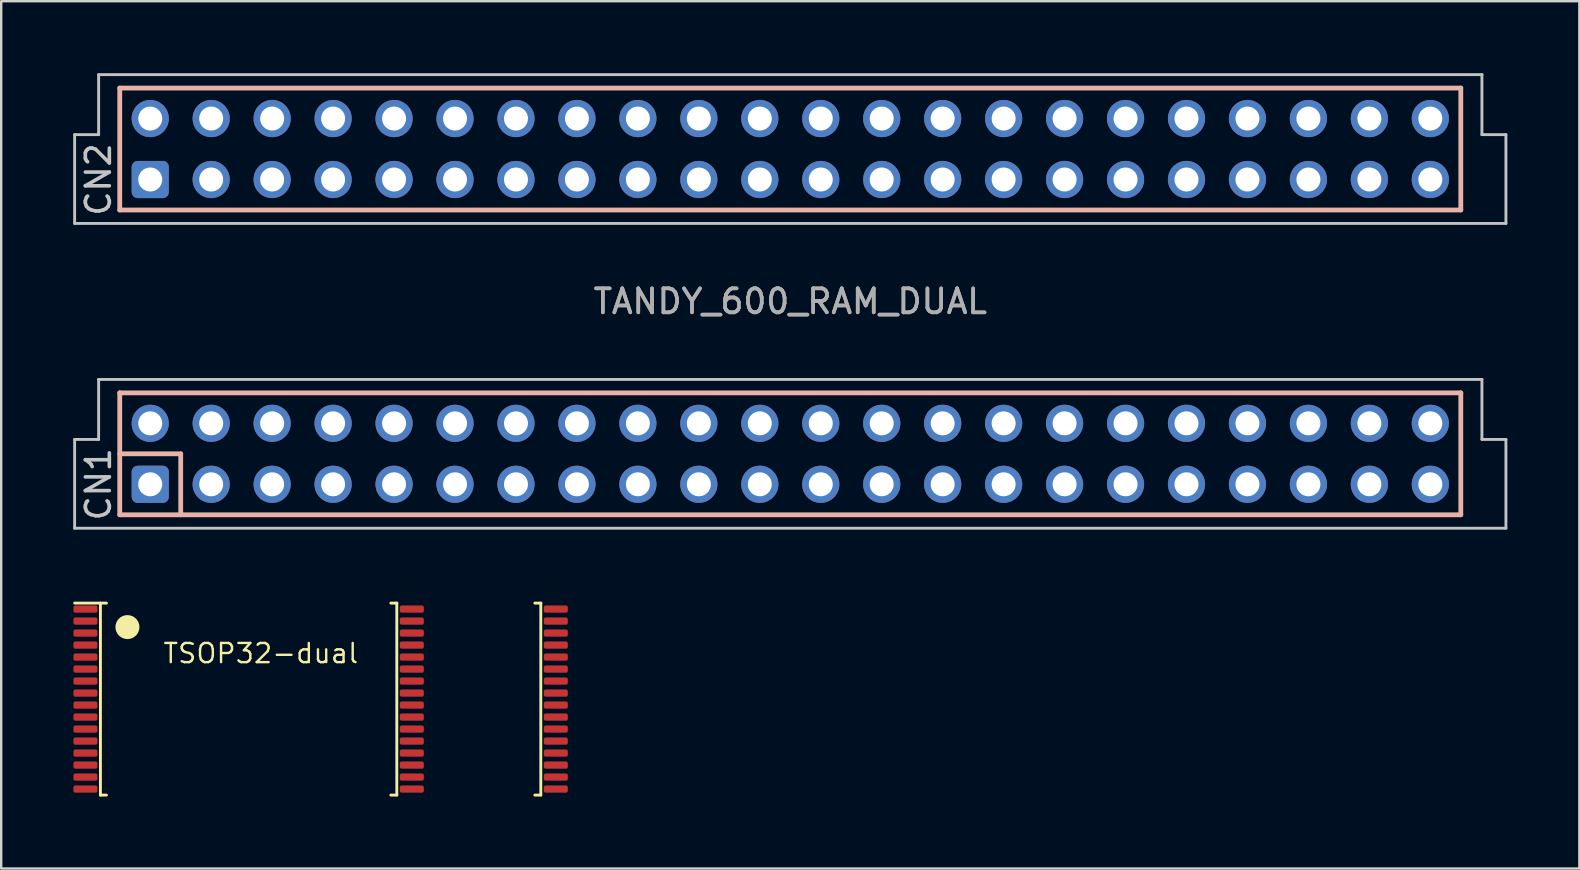
<source format=kicad_pcb>
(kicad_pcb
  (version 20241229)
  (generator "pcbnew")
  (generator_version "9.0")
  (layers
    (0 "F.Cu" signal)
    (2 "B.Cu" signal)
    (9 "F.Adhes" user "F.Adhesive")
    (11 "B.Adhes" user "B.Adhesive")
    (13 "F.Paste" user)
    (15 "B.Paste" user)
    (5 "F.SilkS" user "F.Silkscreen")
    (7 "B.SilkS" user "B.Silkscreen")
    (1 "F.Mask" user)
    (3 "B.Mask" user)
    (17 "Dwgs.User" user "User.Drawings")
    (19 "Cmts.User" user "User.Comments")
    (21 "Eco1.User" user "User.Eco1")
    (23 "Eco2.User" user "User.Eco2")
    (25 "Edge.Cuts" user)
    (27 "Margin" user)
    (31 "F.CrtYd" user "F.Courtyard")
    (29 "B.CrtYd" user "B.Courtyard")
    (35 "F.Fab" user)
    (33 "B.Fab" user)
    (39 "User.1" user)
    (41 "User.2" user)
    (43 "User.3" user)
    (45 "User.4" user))
  (footprint "TANDY_600_RAM_DUAL"
    (layer "F.Cu")
    (at 29.88 9.51)
    (property "Reference" "TANDY_600_RAM_DUAL" (at 0 0 0) (unlocked yes) (layer "F.Fab") (effects (font (size 1 1) (thickness 0.15))))
    (attr through_hole)
    (fp_line (start -27.94 -8.89) (end -27.94 -3.81) (stroke (width 0.2) (type solid)) (layer "B.SilkS"))
    (fp_line (start -27.94 -3.81) (end 27.94 -3.81) (stroke (width 0.2) (type solid)) (layer "B.SilkS"))
    (fp_line (start -27.94 3.81) (end -27.94 8.89) (stroke (width 0.2) (type solid)) (layer "B.SilkS"))
    (fp_line (start -27.94 6.35) (end -25.4 6.35) (stroke (width 0.2) (type solid)) (layer "B.SilkS"))
    (fp_line (start -27.94 8.89) (end 27.94 8.89) (stroke (width 0.2) (type solid)) (layer "B.SilkS"))
    (fp_line (start -25.4 6.35) (end -25.4 8.89) (stroke (width 0.2) (type solid)) (layer "B.SilkS"))
    (fp_line (start 27.94 -8.89) (end -27.94 -8.89) (stroke (width 0.2) (type solid)) (layer "B.SilkS"))
    (fp_line (start 27.94 -3.81) (end 27.94 -8.89) (stroke (width 0.2) (type solid)) (layer "B.SilkS"))
    (fp_line (start 27.94 3.81) (end -27.94 3.81) (stroke (width 0.2) (type solid)) (layer "B.SilkS"))
    (fp_line (start 27.94 8.89) (end 27.94 3.81) (stroke (width 0.2) (type solid)) (layer "B.SilkS"))
    (fp_line (start -29.82 -6.95) (end -28.82 -6.95) (stroke (width 0.12) (type solid)) (layer "Dwgs.User"))
    (fp_line (start -29.82 -3.25) (end -29.82 -6.95) (stroke (width 0.12) (type solid)) (layer "Dwgs.User"))
    (fp_line (start -29.82 5.75) (end -28.82 5.75) (stroke (width 0.12) (type solid)) (layer "Dwgs.User"))
    (fp_line (start -29.82 9.45) (end -29.82 5.75) (stroke (width 0.12) (type solid)) (layer "Dwgs.User"))
    (fp_line (start -28.82 -9.45) (end 28.82 -9.45) (stroke (width 0.12) (type solid)) (layer "Dwgs.User"))
    (fp_line (start -28.82 -6.95) (end -28.82 -9.45) (stroke (width 0.12) (type solid)) (layer "Dwgs.User"))
    (fp_line (start -28.82 3.25) (end 28.82 3.25) (stroke (width 0.12) (type solid)) (layer "Dwgs.User"))
    (fp_line (start -28.82 5.75) (end -28.82 3.25) (stroke (width 0.12) (type solid)) (layer "Dwgs.User"))
    (fp_line (start 28.82 -9.45) (end 28.82 -6.95) (stroke (width 0.12) (type solid)) (layer "Dwgs.User"))
    (fp_line (start 28.82 -6.95) (end 29.82 -6.95) (stroke (width 0.12) (type solid)) (layer "Dwgs.User"))
    (fp_line (start 28.82 3.25) (end 28.82 5.75) (stroke (width 0.12) (type solid)) (layer "Dwgs.User"))
    (fp_line (start 28.82 5.75) (end 29.82 5.75) (stroke (width 0.12) (type solid)) (layer "Dwgs.User"))
    (fp_line (start 29.82 -6.95) (end 29.82 -3.25) (stroke (width 0.12) (type solid)) (layer "Dwgs.User"))
    (fp_line (start 29.82 -3.25) (end -29.82 -3.25) (stroke (width 0.12) (type solid)) (layer "Dwgs.User"))
    (fp_line (start 29.82 5.75) (end 29.82 9.45) (stroke (width 0.12) (type solid)) (layer "Dwgs.User"))
    (fp_line (start 29.82 9.45) (end -29.82 9.45) (stroke (width 0.12) (type solid)) (layer "Dwgs.User"))
    (fp_text user "CN1" (at -28.829 7.62 90) (unlocked yes) (layer "Dwgs.User") (effects (font (size 1 1) (thickness 0.15))))
    (fp_text user "CN2" (at -28.829 -5.08 90) (unlocked yes) (layer "Dwgs.User") (effects (font (size 1 1) (thickness 0.15))))
    (fp_text user "${REFERENCE}" (at 0 0 0) (unlocked yes) (layer "F.Fab") (effects (font (size 1 1) (thickness 0.15))))
    (pad "CN1A1" thru_hole roundrect (at -26.67 7.62 90) (size 1.55 1.55) (drill 1) (layers "*.Cu" "*.Mask") (roundrect_rratio 0.161))
    (pad "CN1A2" thru_hole circle (at -24.13 7.62 90) (size 1.55 1.55) (drill 1) (layers "*.Cu" "*.Mask"))
    (pad "CN1A3" thru_hole circle (at -21.59 7.62 90) (size 1.55 1.55) (drill 1) (layers "*.Cu" "*.Mask"))
    (pad "CN1A4" thru_hole circle (at -19.05 7.62 90) (size 1.55 1.55) (drill 1) (layers "*.Cu" "*.Mask"))
    (pad "CN1A5" thru_hole circle (at -16.51 7.62 90) (size 1.55 1.55) (drill 1) (layers "*.Cu" "*.Mask"))
    (pad "CN1A6" thru_hole circle (at -13.97 7.62 90) (size 1.55 1.55) (drill 1) (layers "*.Cu" "*.Mask"))
    (pad "CN1A7" thru_hole circle (at -11.43 7.62 90) (size 1.55 1.55) (drill 1) (layers "*.Cu" "*.Mask"))
    (pad "CN1A8" thru_hole circle (at -8.89 7.62 90) (size 1.55 1.55) (drill 1) (layers "*.Cu" "*.Mask"))
    (pad "CN1A9" thru_hole circle (at -6.35 7.62 90) (size 1.55 1.55) (drill 1) (layers "*.Cu" "*.Mask"))
    (pad "CN1A10" thru_hole circle (at -3.81 7.62 90) (size 1.55 1.55) (drill 1) (layers "*.Cu" "*.Mask"))
    (pad "CN1A11" thru_hole circle (at -1.27 7.62 90) (size 1.55 1.55) (drill 1) (layers "*.Cu" "*.Mask"))
    (pad "CN1A12" thru_hole circle (at 1.27 7.62 90) (size 1.55 1.55) (drill 1) (layers "*.Cu" "*.Mask"))
    (pad "CN1A13" thru_hole circle (at 3.81 7.62 90) (size 1.55 1.55) (drill 1) (layers "*.Cu" "*.Mask"))
    (pad "CN1A14" thru_hole circle (at 6.35 7.62 90) (size 1.55 1.55) (drill 1) (layers "*.Cu" "*.Mask"))
    (pad "CN1A15" thru_hole circle (at 8.89 7.62 90) (size 1.55 1.55) (drill 1) (layers "*.Cu" "*.Mask"))
    (pad "CN1A16" thru_hole circle (at 11.43 7.62 90) (size 1.55 1.55) (drill 1) (layers "*.Cu" "*.Mask"))
    (pad "CN1A17" thru_hole circle (at 13.97 7.62 90) (size 1.55 1.55) (drill 1) (layers "*.Cu" "*.Mask"))
    (pad "CN1A18" thru_hole circle (at 16.51 7.62 90) (size 1.55 1.55) (drill 1) (layers "*.Cu" "*.Mask"))
    (pad "CN1A19" thru_hole circle (at 19.05 7.62 90) (size 1.55 1.55) (drill 1) (layers "*.Cu" "*.Mask"))
    (pad "CN1A20" thru_hole circle (at 21.59 7.62 90) (size 1.55 1.55) (drill 1) (layers "*.Cu" "*.Mask"))
    (pad "CN1A21" thru_hole circle (at 24.13 7.62 90) (size 1.55 1.55) (drill 1) (layers "*.Cu" "*.Mask"))
    (pad "CN1A22" thru_hole circle (at 26.67 7.62 90) (size 1.55 1.55) (drill 1) (layers "*.Cu" "*.Mask"))
    (pad "CN1B1" thru_hole circle (at -26.67 5.08 90) (size 1.55 1.55) (drill 1) (layers "*.Cu" "*.Mask"))
    (pad "CN1B2" thru_hole circle (at -24.13 5.08 90) (size 1.55 1.55) (drill 1) (layers "*.Cu" "*.Mask"))
    (pad "CN1B3" thru_hole circle (at -21.59 5.08 90) (size 1.55 1.55) (drill 1) (layers "*.Cu" "*.Mask"))
    (pad "CN1B4" thru_hole circle (at -19.05 5.08 90) (size 1.55 1.55) (drill 1) (layers "*.Cu" "*.Mask"))
    (pad "CN1B5" thru_hole circle (at -16.51 5.08 90) (size 1.55 1.55) (drill 1) (layers "*.Cu" "*.Mask"))
    (pad "CN1B6" thru_hole circle (at -13.97 5.08 90) (size 1.55 1.55) (drill 1) (layers "*.Cu" "*.Mask"))
    (pad "CN1B7" thru_hole circle (at -11.43 5.08 90) (size 1.55 1.55) (drill 1) (layers "*.Cu" "*.Mask"))
    (pad "CN1B8" thru_hole circle (at -8.89 5.08 90) (size 1.55 1.55) (drill 1) (layers "*.Cu" "*.Mask"))
    (pad "CN1B9" thru_hole circle (at -6.35 5.08 90) (size 1.55 1.55) (drill 1) (layers "*.Cu" "*.Mask"))
    (pad "CN1B10" thru_hole circle (at -3.81 5.08 90) (size 1.55 1.55) (drill 1) (layers "*.Cu" "*.Mask"))
    (pad "CN1B11" thru_hole circle (at -1.27 5.08 90) (size 1.55 1.55) (drill 1) (layers "*.Cu" "*.Mask"))
    (pad "CN1B12" thru_hole circle (at 1.27 5.08 90) (size 1.55 1.55) (drill 1) (layers "*.Cu" "*.Mask"))
    (pad "CN1B13" thru_hole circle (at 3.81 5.08 90) (size 1.55 1.55) (drill 1) (layers "*.Cu" "*.Mask"))
    (pad "CN1B14" thru_hole circle (at 6.35 5.08 90) (size 1.55 1.55) (drill 1) (layers "*.Cu" "*.Mask"))
    (pad "CN1B15" thru_hole circle (at 8.89 5.08 90) (size 1.55 1.55) (drill 1) (layers "*.Cu" "*.Mask"))
    (pad "CN1B16" thru_hole circle (at 11.43 5.08 90) (size 1.55 1.55) (drill 1) (layers "*.Cu" "*.Mask"))
    (pad "CN1B17" thru_hole circle (at 13.97 5.08 90) (size 1.55 1.55) (drill 1) (layers "*.Cu" "*.Mask"))
    (pad "CN1B18" thru_hole circle (at 16.51 5.08 90) (size 1.55 1.55) (drill 1) (layers "*.Cu" "*.Mask"))
    (pad "CN1B19" thru_hole circle (at 19.05 5.08 90) (size 1.55 1.55) (drill 1) (layers "*.Cu" "*.Mask"))
    (pad "CN1B20" thru_hole circle (at 21.59 5.08 90) (size 1.55 1.55) (drill 1) (layers "*.Cu" "*.Mask"))
    (pad "CN1B21" thru_hole circle (at 24.13 5.08 90) (size 1.55 1.55) (drill 1) (layers "*.Cu" "*.Mask"))
    (pad "CN1B22" thru_hole circle (at 26.67 5.08 90) (size 1.55 1.55) (drill 1) (layers "*.Cu" "*.Mask"))
    (pad "CN2A1" thru_hole roundrect (at -26.67 -5.08 90) (size 1.55 1.55) (drill 1) (layers "*.Cu" "*.Mask") (roundrect_rratio 0.161))
    (pad "CN2A2" thru_hole circle (at -24.13 -5.08 90) (size 1.55 1.55) (drill 1) (layers "*.Cu" "*.Mask"))
    (pad "CN2A3" thru_hole circle (at -21.59 -5.08 90) (size 1.55 1.55) (drill 1) (layers "*.Cu" "*.Mask"))
    (pad "CN2A4" thru_hole circle (at -19.05 -5.08 90) (size 1.55 1.55) (drill 1) (layers "*.Cu" "*.Mask"))
    (pad "CN2A5" thru_hole circle (at -16.51 -5.08 90) (size 1.55 1.55) (drill 1) (layers "*.Cu" "*.Mask"))
    (pad "CN2A6" thru_hole circle (at -13.97 -5.08 90) (size 1.55 1.55) (drill 1) (layers "*.Cu" "*.Mask"))
    (pad "CN2A7" thru_hole circle (at -11.43 -5.08 90) (size 1.55 1.55) (drill 1) (layers "*.Cu" "*.Mask"))
    (pad "CN2A8" thru_hole circle (at -8.89 -5.08 90) (size 1.55 1.55) (drill 1) (layers "*.Cu" "*.Mask"))
    (pad "CN2A9" thru_hole circle (at -6.35 -5.08 90) (size 1.55 1.55) (drill 1) (layers "*.Cu" "*.Mask"))
    (pad "CN2A10" thru_hole circle (at -3.81 -5.08 90) (size 1.55 1.55) (drill 1) (layers "*.Cu" "*.Mask"))
    (pad "CN2A11" thru_hole circle (at -1.27 -5.08 90) (size 1.55 1.55) (drill 1) (layers "*.Cu" "*.Mask"))
    (pad "CN2A12" thru_hole circle (at 1.27 -5.08 90) (size 1.55 1.55) (drill 1) (layers "*.Cu" "*.Mask"))
    (pad "CN2A13" thru_hole circle (at 3.81 -5.08 90) (size 1.55 1.55) (drill 1) (layers "*.Cu" "*.Mask"))
    (pad "CN2A14" thru_hole circle (at 6.35 -5.08 90) (size 1.55 1.55) (drill 1) (layers "*.Cu" "*.Mask"))
    (pad "CN2A15" thru_hole circle (at 8.89 -5.08 90) (size 1.55 1.55) (drill 1) (layers "*.Cu" "*.Mask"))
    (pad "CN2A16" thru_hole circle (at 11.43 -5.08 90) (size 1.55 1.55) (drill 1) (layers "*.Cu" "*.Mask"))
    (pad "CN2A17" thru_hole circle (at 13.97 -5.08 90) (size 1.55 1.55) (drill 1) (layers "*.Cu" "*.Mask"))
    (pad "CN2A18" thru_hole circle (at 16.51 -5.08 90) (size 1.55 1.55) (drill 1) (layers "*.Cu" "*.Mask"))
    (pad "CN2A19" thru_hole circle (at 19.05 -5.08 90) (size 1.55 1.55) (drill 1) (layers "*.Cu" "*.Mask"))
    (pad "CN2A20" thru_hole circle (at 21.59 -5.08 90) (size 1.55 1.55) (drill 1) (layers "*.Cu" "*.Mask"))
    (pad "CN2A21" thru_hole circle (at 24.13 -5.08 90) (size 1.55 1.55) (drill 1) (layers "*.Cu" "*.Mask"))
    (pad "CN2A22" thru_hole circle (at 26.67 -5.08 90) (size 1.55 1.55) (drill 1) (layers "*.Cu" "*.Mask"))
    (pad "CN2B1" thru_hole circle (at -26.67 -7.62 90) (size 1.55 1.55) (drill 1) (layers "*.Cu" "*.Mask"))
    (pad "CN2B2" thru_hole circle (at -24.13 -7.62 90) (size 1.55 1.55) (drill 1) (layers "*.Cu" "*.Mask"))
    (pad "CN2B3" thru_hole circle (at -21.59 -7.62 90) (size 1.55 1.55) (drill 1) (layers "*.Cu" "*.Mask"))
    (pad "CN2B4" thru_hole circle (at -19.05 -7.62 90) (size 1.55 1.55) (drill 1) (layers "*.Cu" "*.Mask"))
    (pad "CN2B5" thru_hole circle (at -16.51 -7.62 90) (size 1.55 1.55) (drill 1) (layers "*.Cu" "*.Mask"))
    (pad "CN2B6" thru_hole circle (at -13.97 -7.62 90) (size 1.55 1.55) (drill 1) (layers "*.Cu" "*.Mask"))
    (pad "CN2B7" thru_hole circle (at -11.43 -7.62 90) (size 1.55 1.55) (drill 1) (layers "*.Cu" "*.Mask"))
    (pad "CN2B8" thru_hole circle (at -8.89 -7.62 90) (size 1.55 1.55) (drill 1) (layers "*.Cu" "*.Mask"))
    (pad "CN2B9" thru_hole circle (at -6.35 -7.62 90) (size 1.55 1.55) (drill 1) (layers "*.Cu" "*.Mask"))
    (pad "CN2B10" thru_hole circle (at -3.81 -7.62 90) (size 1.55 1.55) (drill 1) (layers "*.Cu" "*.Mask"))
    (pad "CN2B11" thru_hole circle (at -1.27 -7.62 90) (size 1.55 1.55) (drill 1) (layers "*.Cu" "*.Mask"))
    (pad "CN2B12" thru_hole circle (at 1.27 -7.62 90) (size 1.55 1.55) (drill 1) (layers "*.Cu" "*.Mask"))
    (pad "CN2B13" thru_hole circle (at 3.81 -7.62 90) (size 1.55 1.55) (drill 1) (layers "*.Cu" "*.Mask"))
    (pad "CN2B14" thru_hole circle (at 6.35 -7.62 90) (size 1.55 1.55) (drill 1) (layers "*.Cu" "*.Mask"))
    (pad "CN2B15" thru_hole circle (at 8.89 -7.62 90) (size 1.55 1.55) (drill 1) (layers "*.Cu" "*.Mask"))
    (pad "CN2B16" thru_hole circle (at 11.43 -7.62 90) (size 1.55 1.55) (drill 1) (layers "*.Cu" "*.Mask"))
    (pad "CN2B17" thru_hole circle (at 13.97 -7.62 90) (size 1.55 1.55) (drill 1) (layers "*.Cu" "*.Mask"))
    (pad "CN2B18" thru_hole circle (at 16.51 -7.62 90) (size 1.55 1.55) (drill 1) (layers "*.Cu" "*.Mask"))
    (pad "CN2B19" thru_hole circle (at 19.05 -7.62 90) (size 1.55 1.55) (drill 1) (layers "*.Cu" "*.Mask"))
    (pad "CN2B20" thru_hole circle (at 21.59 -7.62 90) (size 1.55 1.55) (drill 1) (layers "*.Cu" "*.Mask"))
    (pad "CN2B21" thru_hole circle (at 24.13 -7.62 90) (size 1.55 1.55) (drill 1) (layers "*.Cu" "*.Mask"))
    (pad "CN2B22" thru_hole circle (at 26.67 -7.62 90) (size 1.55 1.55) (drill 1) (layers "*.Cu" "*.Mask")))
  (footprint "TSOP32-dual"
    (layer "F.Cu")
    (at 10.31 26.08)
    (property "Reference" "TSOP32-dual" (at -2.492 -1.905 0) (layer "F.SilkS") (effects (font (size 0.8 0.8) (thickness 0.1))))
    (attr smd)
    (fp_line (start -10.25 -4) (end -8.925 -4) (stroke (width 0.12) (type solid)) (layer "F.SilkS"))
    (fp_line (start -9.175 -4) (end -9.175 4) (stroke (width 0.12) (type solid)) (layer "F.SilkS"))
    (fp_line (start -9.175 4) (end -8.925 4) (stroke (width 0.12) (type solid)) (layer "F.SilkS"))
    (fp_line (start 3.175 -4) (end 2.925 -4) (stroke (width 0.12) (type solid)) (layer "F.SilkS"))
    (fp_line (start 3.175 4) (end 2.925 4) (stroke (width 0.12) (type solid)) (layer "F.SilkS"))
    (fp_line (start 3.175 4) (end 3.175 -4) (stroke (width 0.12) (type solid)) (layer "F.SilkS"))
    (fp_line (start 9.175 -4) (end 8.925 -4) (stroke (width 0.12) (type solid)) (layer "F.SilkS"))
    (fp_line (start 9.175 4) (end 8.925 4) (stroke (width 0.12) (type solid)) (layer "F.SilkS"))
    (fp_line (start 9.175 4) (end 9.175 -4) (stroke (width 0.12) (type solid)) (layer "F.SilkS"))
    (fp_circle (center -8.05 -3) (end -8.05 -2.75) (stroke (width 0.5) (type solid)) (fill no) (layer "F.SilkS"))
    (pad "1" smd roundrect (at -9.8 -3.75 270) (size 0.3 1) (layers "F.Cu" "F.Mask" "F.Paste") (roundrect_rratio 0.25))
    (pad "2" smd roundrect (at -9.8 -3.25 270) (size 0.3 1) (layers "F.Cu" "F.Mask" "F.Paste") (roundrect_rratio 0.25))
    (pad "3" smd roundrect (at -9.8 -2.75 270) (size 0.3 1) (layers "F.Cu" "F.Mask" "F.Paste") (roundrect_rratio 0.25))
    (pad "4" smd roundrect (at -9.8 -2.25 270) (size 0.3 1) (layers "F.Cu" "F.Mask" "F.Paste") (roundrect_rratio 0.25))
    (pad "5" smd roundrect (at -9.8 -1.75 270) (size 0.3 1) (layers "F.Cu" "F.Mask" "F.Paste") (roundrect_rratio 0.25))
    (pad "6" smd roundrect (at -9.8 -1.25 270) (size 0.3 1) (layers "F.Cu" "F.Mask" "F.Paste") (roundrect_rratio 0.25))
    (pad "7" smd roundrect (at -9.8 -0.75 270) (size 0.3 1) (layers "F.Cu" "F.Mask" "F.Paste") (roundrect_rratio 0.25))
    (pad "8" smd roundrect (at -9.8 -0.25 270) (size 0.3 1) (layers "F.Cu" "F.Mask" "F.Paste") (roundrect_rratio 0.25))
    (pad "9" smd roundrect (at -9.8 0.25 270) (size 0.3 1) (layers "F.Cu" "F.Mask" "F.Paste") (roundrect_rratio 0.25))
    (pad "10" smd roundrect (at -9.8 0.75 270) (size 0.3 1) (layers "F.Cu" "F.Mask" "F.Paste") (roundrect_rratio 0.25))
    (pad "11" smd roundrect (at -9.8 1.25 270) (size 0.3 1) (layers "F.Cu" "F.Mask" "F.Paste") (roundrect_rratio 0.25))
    (pad "12" smd roundrect (at -9.8 1.75 270) (size 0.3 1) (layers "F.Cu" "F.Mask" "F.Paste") (roundrect_rratio 0.25))
    (pad "13" smd roundrect (at -9.8 2.25 270) (size 0.3 1) (layers "F.Cu" "F.Mask" "F.Paste") (roundrect_rratio 0.25))
    (pad "14" smd roundrect (at -9.8 2.75 270) (size 0.3 1) (layers "F.Cu" "F.Mask" "F.Paste") (roundrect_rratio 0.25))
    (pad "15" smd roundrect (at -9.8 3.25 270) (size 0.3 1) (layers "F.Cu" "F.Mask" "F.Paste") (roundrect_rratio 0.25))
    (pad "16" smd roundrect (at -9.8 3.75 270) (size 0.3 1) (layers "F.Cu" "F.Mask" "F.Paste") (roundrect_rratio 0.25))
    (pad "17" smd roundrect (at 3.8 3.75 270) (size 0.3 1) (layers "F.Cu" "F.Mask" "F.Paste") (roundrect_rratio 0.25))
    (pad "17" smd roundrect (at 9.8 3.75 270) (size 0.3 1) (layers "F.Cu" "F.Mask" "F.Paste") (roundrect_rratio 0.25))
    (pad "18" smd roundrect (at 3.8 3.25 270) (size 0.3 1) (layers "F.Cu" "F.Mask" "F.Paste") (roundrect_rratio 0.25))
    (pad "18" smd roundrect (at 9.8 3.25 270) (size 0.3 1) (layers "F.Cu" "F.Mask" "F.Paste") (roundrect_rratio 0.25))
    (pad "19" smd roundrect (at 3.8 2.75 270) (size 0.3 1) (layers "F.Cu" "F.Mask" "F.Paste") (roundrect_rratio 0.25))
    (pad "19" smd roundrect (at 9.8 2.75 270) (size 0.3 1) (layers "F.Cu" "F.Mask" "F.Paste") (roundrect_rratio 0.25))
    (pad "20" smd roundrect (at 3.8 2.25 270) (size 0.3 1) (layers "F.Cu" "F.Mask" "F.Paste") (roundrect_rratio 0.25))
    (pad "20" smd roundrect (at 9.8 2.25 270) (size 0.3 1) (layers "F.Cu" "F.Mask" "F.Paste") (roundrect_rratio 0.25))
    (pad "21" smd roundrect (at 3.8 1.75 270) (size 0.3 1) (layers "F.Cu" "F.Mask" "F.Paste") (roundrect_rratio 0.25))
    (pad "21" smd roundrect (at 9.8 1.75 270) (size 0.3 1) (layers "F.Cu" "F.Mask" "F.Paste") (roundrect_rratio 0.25))
    (pad "22" smd roundrect (at 3.8 1.25 270) (size 0.3 1) (layers "F.Cu" "F.Mask" "F.Paste") (roundrect_rratio 0.25))
    (pad "22" smd roundrect (at 9.8 1.25 270) (size 0.3 1) (layers "F.Cu" "F.Mask" "F.Paste") (roundrect_rratio 0.25))
    (pad "23" smd roundrect (at 3.8 0.75 270) (size 0.3 1) (layers "F.Cu" "F.Mask" "F.Paste") (roundrect_rratio 0.25))
    (pad "23" smd roundrect (at 9.8 0.75 270) (size 0.3 1) (layers "F.Cu" "F.Mask" "F.Paste") (roundrect_rratio 0.25))
    (pad "24" smd roundrect (at 3.8 0.25 270) (size 0.3 1) (layers "F.Cu" "F.Mask" "F.Paste") (roundrect_rratio 0.25))
    (pad "24" smd roundrect (at 9.8 0.25 270) (size 0.3 1) (layers "F.Cu" "F.Mask" "F.Paste") (roundrect_rratio 0.25))
    (pad "25" smd roundrect (at 3.8 -0.25 270) (size 0.3 1) (layers "F.Cu" "F.Mask" "F.Paste") (roundrect_rratio 0.25))
    (pad "25" smd roundrect (at 9.8 -0.25 270) (size 0.3 1) (layers "F.Cu" "F.Mask" "F.Paste") (roundrect_rratio 0.25))
    (pad "26" smd roundrect (at 3.8 -0.75 270) (size 0.3 1) (layers "F.Cu" "F.Mask" "F.Paste") (roundrect_rratio 0.25))
    (pad "26" smd roundrect (at 9.8 -0.75 270) (size 0.3 1) (layers "F.Cu" "F.Mask" "F.Paste") (roundrect_rratio 0.25))
    (pad "27" smd roundrect (at 3.8 -1.25 270) (size 0.3 1) (layers "F.Cu" "F.Mask" "F.Paste") (roundrect_rratio 0.25))
    (pad "27" smd roundrect (at 9.8 -1.25 270) (size 0.3 1) (layers "F.Cu" "F.Mask" "F.Paste") (roundrect_rratio 0.25))
    (pad "28" smd roundrect (at 3.8 -1.75 270) (size 0.3 1) (layers "F.Cu" "F.Mask" "F.Paste") (roundrect_rratio 0.25))
    (pad "28" smd roundrect (at 9.8 -1.75 270) (size 0.3 1) (layers "F.Cu" "F.Mask" "F.Paste") (roundrect_rratio 0.25))
    (pad "29" smd roundrect (at 3.8 -2.25 270) (size 0.3 1) (layers "F.Cu" "F.Mask" "F.Paste") (roundrect_rratio 0.25))
    (pad "29" smd roundrect (at 9.8 -2.25 270) (size 0.3 1) (layers "F.Cu" "F.Mask" "F.Paste") (roundrect_rratio 0.25))
    (pad "30" smd roundrect (at 3.8 -2.75 270) (size 0.3 1) (layers "F.Cu" "F.Mask" "F.Paste") (roundrect_rratio 0.25))
    (pad "30" smd roundrect (at 9.8 -2.75 270) (size 0.3 1) (layers "F.Cu" "F.Mask" "F.Paste") (roundrect_rratio 0.25))
    (pad "31" smd roundrect (at 3.8 -3.25 270) (size 0.3 1) (layers "F.Cu" "F.Mask" "F.Paste") (roundrect_rratio 0.25))
    (pad "31" smd roundrect (at 9.8 -3.25 270) (size 0.3 1) (layers "F.Cu" "F.Mask" "F.Paste") (roundrect_rratio 0.25))
    (pad "32" smd roundrect (at 3.8 -3.75 270) (size 0.3 1) (layers "F.Cu" "F.Mask" "F.Paste") (roundrect_rratio 0.25))
    (pad "32" smd roundrect (at 9.8 -3.75 270) (size 0.3 1) (layers "F.Cu" "F.Mask" "F.Paste") (roundrect_rratio 0.25)))
  (gr_rect
    (start -3 -3)
    (end 62.76 33.14)
    (stroke (width 0.1) (type default))
    (fill no)
    (layer "Edge.Cuts")))
</source>
